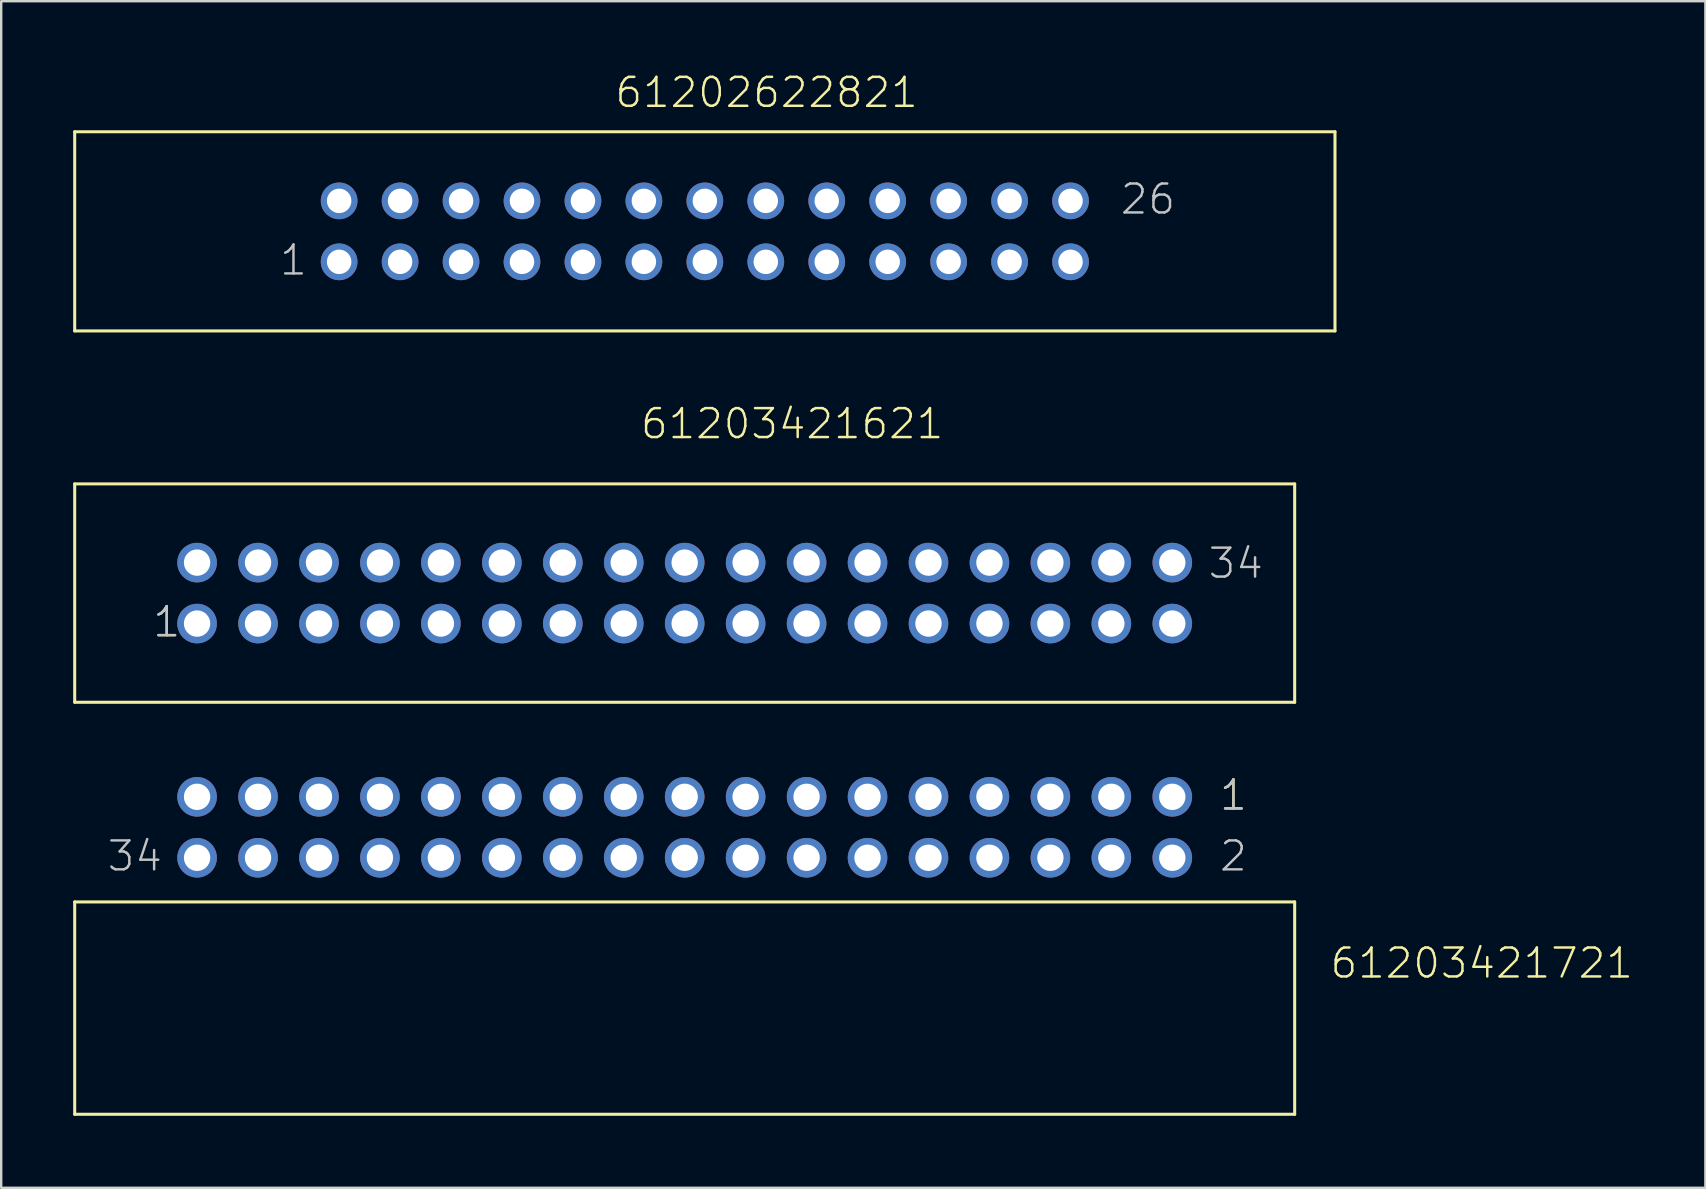
<source format=kicad_pcb>
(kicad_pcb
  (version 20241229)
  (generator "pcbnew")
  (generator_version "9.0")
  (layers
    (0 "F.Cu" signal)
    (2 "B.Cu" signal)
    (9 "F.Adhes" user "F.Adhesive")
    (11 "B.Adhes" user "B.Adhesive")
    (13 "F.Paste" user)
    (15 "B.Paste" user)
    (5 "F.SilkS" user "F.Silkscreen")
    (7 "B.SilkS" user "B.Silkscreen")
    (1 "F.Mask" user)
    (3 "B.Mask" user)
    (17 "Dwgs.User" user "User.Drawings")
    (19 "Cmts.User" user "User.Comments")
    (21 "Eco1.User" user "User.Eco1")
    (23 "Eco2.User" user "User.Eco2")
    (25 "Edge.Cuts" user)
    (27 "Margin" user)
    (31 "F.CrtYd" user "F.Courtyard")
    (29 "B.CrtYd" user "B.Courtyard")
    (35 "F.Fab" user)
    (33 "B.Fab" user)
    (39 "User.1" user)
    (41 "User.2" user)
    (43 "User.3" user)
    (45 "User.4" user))
  (footprint "61203421621"
    (layer "F.Cu")
    (at 25.483 21.666)
    (property "Reference" "61203421621" (at -1.905 -6.35 0) (layer "F.SilkS") (effects (font (size 1.206 1.206) (thickness 0.102)) (justify left bottom)))
    (attr through_hole)
    (fp_line (start -25.42 -4.55) (end 25.42 -4.55) (stroke (width 0.127) (type solid)) (layer "F.SilkS"))
    (fp_line (start -25.42 4.55) (end -25.42 -4.55) (stroke (width 0.127) (type solid)) (layer "F.SilkS"))
    (fp_line (start 25.42 -4.55) (end 25.42 4.55) (stroke (width 0.127) (type solid)) (layer "F.SilkS"))
    (fp_line (start 25.42 4.55) (end -25.42 4.55) (stroke (width 0.127) (type solid)) (layer "F.SilkS"))
    (fp_text user "1" (at -22.225 1.905 0) (layer "F.SilkS") (effects (font (size 1.206 1.206) (thickness 0.102)) (justify left bottom)))
    (fp_text user "34" (at 21.75 -0.535 0) (layer "Dwgs.User") (effects (font (size 1.206 1.206) (thickness 0.102)) (justify left bottom)))
    (fp_text user "1" (at -22.225 1.905 0) (layer "Dwgs.User") (effects (font (size 1.206 1.206) (thickness 0.102)) (justify left bottom)))
    (pad "1" thru_hole circle (at -20.32 1.27) (size 1.65 1.65) (drill 1.1) (layers "*.Cu" "*.Mask"))
    (pad "2" thru_hole circle (at -20.32 -1.27) (size 1.65 1.65) (drill 1.1) (layers "*.Cu" "*.Mask"))
    (pad "3" thru_hole circle (at -17.78 1.27) (size 1.65 1.65) (drill 1.1) (layers "*.Cu" "*.Mask"))
    (pad "4" thru_hole circle (at -17.78 -1.27) (size 1.65 1.65) (drill 1.1) (layers "*.Cu" "*.Mask"))
    (pad "5" thru_hole circle (at -15.24 1.27) (size 1.65 1.65) (drill 1.1) (layers "*.Cu" "*.Mask"))
    (pad "6" thru_hole circle (at -15.24 -1.27) (size 1.65 1.65) (drill 1.1) (layers "*.Cu" "*.Mask"))
    (pad "7" thru_hole circle (at -12.7 1.27) (size 1.65 1.65) (drill 1.1) (layers "*.Cu" "*.Mask"))
    (pad "8" thru_hole circle (at -12.7 -1.27) (size 1.65 1.65) (drill 1.1) (layers "*.Cu" "*.Mask"))
    (pad "9" thru_hole circle (at -10.16 1.27) (size 1.65 1.65) (drill 1.1) (layers "*.Cu" "*.Mask"))
    (pad "10" thru_hole circle (at -10.16 -1.27) (size 1.65 1.65) (drill 1.1) (layers "*.Cu" "*.Mask"))
    (pad "11" thru_hole circle (at -7.62 1.27) (size 1.65 1.65) (drill 1.1) (layers "*.Cu" "*.Mask"))
    (pad "12" thru_hole circle (at -7.62 -1.27) (size 1.65 1.65) (drill 1.1) (layers "*.Cu" "*.Mask"))
    (pad "13" thru_hole circle (at -5.08 1.27) (size 1.65 1.65) (drill 1.1) (layers "*.Cu" "*.Mask"))
    (pad "14" thru_hole circle (at -5.08 -1.27) (size 1.65 1.65) (drill 1.1) (layers "*.Cu" "*.Mask"))
    (pad "15" thru_hole circle (at -2.54 1.27) (size 1.65 1.65) (drill 1.1) (layers "*.Cu" "*.Mask"))
    (pad "16" thru_hole circle (at -2.54 -1.27) (size 1.65 1.65) (drill 1.1) (layers "*.Cu" "*.Mask"))
    (pad "17" thru_hole circle (at 0 1.27) (size 1.65 1.65) (drill 1.1) (layers "*.Cu" "*.Mask"))
    (pad "18" thru_hole circle (at 0 -1.27) (size 1.65 1.65) (drill 1.1) (layers "*.Cu" "*.Mask"))
    (pad "19" thru_hole circle (at 2.54 1.27) (size 1.65 1.65) (drill 1.1) (layers "*.Cu" "*.Mask"))
    (pad "20" thru_hole circle (at 2.54 -1.27) (size 1.65 1.65) (drill 1.1) (layers "*.Cu" "*.Mask"))
    (pad "21" thru_hole circle (at 5.08 1.27) (size 1.65 1.65) (drill 1.1) (layers "*.Cu" "*.Mask"))
    (pad "22" thru_hole circle (at 5.08 -1.27) (size 1.65 1.65) (drill 1.1) (layers "*.Cu" "*.Mask"))
    (pad "23" thru_hole circle (at 7.62 1.27) (size 1.65 1.65) (drill 1.1) (layers "*.Cu" "*.Mask"))
    (pad "24" thru_hole circle (at 7.62 -1.27) (size 1.65 1.65) (drill 1.1) (layers "*.Cu" "*.Mask"))
    (pad "25" thru_hole circle (at 10.16 1.27) (size 1.65 1.65) (drill 1.1) (layers "*.Cu" "*.Mask"))
    (pad "26" thru_hole circle (at 10.16 -1.27) (size 1.65 1.65) (drill 1.1) (layers "*.Cu" "*.Mask"))
    (pad "27" thru_hole circle (at 12.7 1.27) (size 1.65 1.65) (drill 1.1) (layers "*.Cu" "*.Mask"))
    (pad "28" thru_hole circle (at 12.7 -1.27) (size 1.65 1.65) (drill 1.1) (layers "*.Cu" "*.Mask"))
    (pad "29" thru_hole circle (at 15.24 1.27) (size 1.65 1.65) (drill 1.1) (layers "*.Cu" "*.Mask"))
    (pad "30" thru_hole circle (at 15.24 -1.27) (size 1.65 1.65) (drill 1.1) (layers "*.Cu" "*.Mask"))
    (pad "31" thru_hole circle (at 17.78 1.27) (size 1.65 1.65) (drill 1.1) (layers "*.Cu" "*.Mask"))
    (pad "32" thru_hole circle (at 17.78 -1.27) (size 1.65 1.65) (drill 1.1) (layers "*.Cu" "*.Mask"))
    (pad "33" thru_hole circle (at 20.32 1.27) (size 1.65 1.65) (drill 1.1) (layers "*.Cu" "*.Mask"))
    (pad "34" thru_hole circle (at 20.32 -1.27) (size 1.65 1.65) (drill 1.1) (layers "*.Cu" "*.Mask")))
  (footprint "61202622821"
    (layer "F.Cu")
    (at 26.323 6.591)
    (property "Reference" "61202622821" (at -3.81 -5.08 0) (layer "F.SilkS") (effects (font (size 1.206 1.206) (thickness 0.102)) (justify left bottom)))
    (attr through_hole)
    (fp_line (start -26.26 -4.15) (end 26.26 -4.15) (stroke (width 0.127) (type solid)) (layer "F.SilkS"))
    (fp_line (start -26.26 4.15) (end -26.26 -4.15) (stroke (width 0.127) (type solid)) (layer "F.SilkS"))
    (fp_line (start 26.26 -4.15) (end 26.26 4.15) (stroke (width 0.127) (type solid)) (layer "F.SilkS"))
    (fp_line (start 26.26 4.15) (end -26.26 4.15) (stroke (width 0.127) (type solid)) (layer "F.SilkS"))
    (fp_text user "1" (at -17.785 1.905 0) (layer "Dwgs.User") (effects (font (size 1.206 1.206) (thickness 0.102)) (justify left bottom)))
    (fp_text user "26" (at 17.25 -0.635 0) (layer "Dwgs.User") (effects (font (size 1.206 1.206) (thickness 0.102)) (justify left bottom)))
    (pad "1" thru_hole circle (at -15.24 1.27 180) (size 1.53 1.53) (drill 1.02) (layers "*.Cu" "*.Mask"))
    (pad "2" thru_hole circle (at -15.24 -1.27 180) (size 1.53 1.53) (drill 1.02) (layers "*.Cu" "*.Mask"))
    (pad "3" thru_hole circle (at -12.7 1.27 180) (size 1.53 1.53) (drill 1.02) (layers "*.Cu" "*.Mask"))
    (pad "4" thru_hole circle (at -12.7 -1.27 180) (size 1.53 1.53) (drill 1.02) (layers "*.Cu" "*.Mask"))
    (pad "5" thru_hole circle (at -10.16 1.27 180) (size 1.53 1.53) (drill 1.02) (layers "*.Cu" "*.Mask"))
    (pad "6" thru_hole circle (at -10.16 -1.27 180) (size 1.53 1.53) (drill 1.02) (layers "*.Cu" "*.Mask"))
    (pad "7" thru_hole circle (at -7.62 1.27 180) (size 1.53 1.53) (drill 1.02) (layers "*.Cu" "*.Mask"))
    (pad "8" thru_hole circle (at -7.62 -1.27 180) (size 1.53 1.53) (drill 1.02) (layers "*.Cu" "*.Mask"))
    (pad "9" thru_hole circle (at -5.08 1.27 180) (size 1.53 1.53) (drill 1.02) (layers "*.Cu" "*.Mask"))
    (pad "10" thru_hole circle (at -5.08 -1.27 180) (size 1.53 1.53) (drill 1.02) (layers "*.Cu" "*.Mask"))
    (pad "11" thru_hole circle (at -2.54 1.27 180) (size 1.53 1.53) (drill 1.02) (layers "*.Cu" "*.Mask"))
    (pad "12" thru_hole circle (at -2.54 -1.27 180) (size 1.53 1.53) (drill 1.02) (layers "*.Cu" "*.Mask"))
    (pad "13" thru_hole circle (at 0 1.27 180) (size 1.53 1.53) (drill 1.02) (layers "*.Cu" "*.Mask"))
    (pad "14" thru_hole circle (at 0 -1.27 180) (size 1.53 1.53) (drill 1.02) (layers "*.Cu" "*.Mask"))
    (pad "15" thru_hole circle (at 2.54 1.27 180) (size 1.53 1.53) (drill 1.02) (layers "*.Cu" "*.Mask"))
    (pad "16" thru_hole circle (at 2.54 -1.27 180) (size 1.53 1.53) (drill 1.02) (layers "*.Cu" "*.Mask"))
    (pad "17" thru_hole circle (at 5.08 1.27 180) (size 1.53 1.53) (drill 1.02) (layers "*.Cu" "*.Mask"))
    (pad "18" thru_hole circle (at 5.08 -1.27 180) (size 1.53 1.53) (drill 1.02) (layers "*.Cu" "*.Mask"))
    (pad "19" thru_hole circle (at 7.62 1.27 180) (size 1.53 1.53) (drill 1.02) (layers "*.Cu" "*.Mask"))
    (pad "20" thru_hole circle (at 7.62 -1.27 180) (size 1.53 1.53) (drill 1.02) (layers "*.Cu" "*.Mask"))
    (pad "21" thru_hole circle (at 10.16 1.27 180) (size 1.53 1.53) (drill 1.02) (layers "*.Cu" "*.Mask"))
    (pad "22" thru_hole circle (at 10.16 -1.27 180) (size 1.53 1.53) (drill 1.02) (layers "*.Cu" "*.Mask"))
    (pad "23" thru_hole circle (at 12.7 1.27 180) (size 1.53 1.53) (drill 1.02) (layers "*.Cu" "*.Mask"))
    (pad "24" thru_hole circle (at 12.7 -1.27 180) (size 1.53 1.53) (drill 1.02) (layers "*.Cu" "*.Mask"))
    (pad "25" thru_hole circle (at 15.24 1.27 180) (size 1.53 1.53) (drill 1.02) (layers "*.Cu" "*.Mask"))
    (pad "26" thru_hole circle (at 15.24 -1.27 180) (size 1.53 1.53) (drill 1.02) (layers "*.Cu" "*.Mask")))
  (footprint "61203421721"
    (layer "F.Cu")
    (at 25.483 31.426)
    (property "Reference" "61203421721" (at 26.832 6.368 0) (layer "F.SilkS") (effects (font (size 1.206 1.206) (thickness 0.102)) (justify left bottom)))
    (attr through_hole)
    (fp_line (start -25.42 3.11) (end 25.42 3.11) (stroke (width 0.127) (type solid)) (layer "F.SilkS"))
    (fp_line (start -25.42 11.96) (end -25.42 3.11) (stroke (width 0.127) (type solid)) (layer "F.SilkS"))
    (fp_line (start 25.42 3.11) (end 25.42 11.96) (stroke (width 0.127) (type solid)) (layer "F.SilkS"))
    (fp_line (start 25.42 11.96) (end -25.42 11.96) (stroke (width 0.127) (type solid)) (layer "F.SilkS"))
    (fp_text user "1" (at 22.225 -0.635 0) (layer "F.SilkS") (effects (font (size 1.206 1.206) (thickness 0.102)) (justify left bottom)))
    (fp_text user "2" (at 22.225 1.905 0) (layer "Dwgs.User") (effects (font (size 1.206 1.206) (thickness 0.102)) (justify left bottom)))
    (fp_text user "34" (at -24.13 1.905 0) (layer "Dwgs.User") (effects (font (size 1.206 1.206) (thickness 0.102)) (justify left bottom)))
    (fp_text user "1" (at 22.225 -0.635 0) (layer "Dwgs.User") (effects (font (size 1.206 1.206) (thickness 0.102)) (justify left bottom)))
    (pad "1" thru_hole circle (at 20.32 -1.27) (size 1.65 1.65) (drill 1.1) (layers "*.Cu" "*.Mask"))
    (pad "2" thru_hole circle (at 20.32 1.27) (size 1.65 1.65) (drill 1.1) (layers "*.Cu" "*.Mask"))
    (pad "3" thru_hole circle (at 17.78 -1.27) (size 1.65 1.65) (drill 1.1) (layers "*.Cu" "*.Mask"))
    (pad "4" thru_hole circle (at 17.78 1.27) (size 1.65 1.65) (drill 1.1) (layers "*.Cu" "*.Mask"))
    (pad "5" thru_hole circle (at 15.24 -1.27) (size 1.65 1.65) (drill 1.1) (layers "*.Cu" "*.Mask"))
    (pad "6" thru_hole circle (at 15.24 1.27) (size 1.65 1.65) (drill 1.1) (layers "*.Cu" "*.Mask"))
    (pad "7" thru_hole circle (at 12.7 -1.27) (size 1.65 1.65) (drill 1.1) (layers "*.Cu" "*.Mask"))
    (pad "8" thru_hole circle (at 12.7 1.27) (size 1.65 1.65) (drill 1.1) (layers "*.Cu" "*.Mask"))
    (pad "9" thru_hole circle (at 10.16 -1.27) (size 1.65 1.65) (drill 1.1) (layers "*.Cu" "*.Mask"))
    (pad "10" thru_hole circle (at 10.16 1.27) (size 1.65 1.65) (drill 1.1) (layers "*.Cu" "*.Mask"))
    (pad "11" thru_hole circle (at 7.62 -1.27) (size 1.65 1.65) (drill 1.1) (layers "*.Cu" "*.Mask"))
    (pad "12" thru_hole circle (at 7.62 1.27) (size 1.65 1.65) (drill 1.1) (layers "*.Cu" "*.Mask"))
    (pad "13" thru_hole circle (at 5.08 -1.27) (size 1.65 1.65) (drill 1.1) (layers "*.Cu" "*.Mask"))
    (pad "14" thru_hole circle (at 5.08 1.27) (size 1.65 1.65) (drill 1.1) (layers "*.Cu" "*.Mask"))
    (pad "15" thru_hole circle (at 2.54 -1.27) (size 1.65 1.65) (drill 1.1) (layers "*.Cu" "*.Mask"))
    (pad "16" thru_hole circle (at 2.54 1.27) (size 1.65 1.65) (drill 1.1) (layers "*.Cu" "*.Mask"))
    (pad "17" thru_hole circle (at 0 -1.27) (size 1.65 1.65) (drill 1.1) (layers "*.Cu" "*.Mask"))
    (pad "18" thru_hole circle (at 0 1.27) (size 1.65 1.65) (drill 1.1) (layers "*.Cu" "*.Mask"))
    (pad "19" thru_hole circle (at -2.54 -1.27) (size 1.65 1.65) (drill 1.1) (layers "*.Cu" "*.Mask"))
    (pad "20" thru_hole circle (at -2.54 1.27) (size 1.65 1.65) (drill 1.1) (layers "*.Cu" "*.Mask"))
    (pad "21" thru_hole circle (at -5.08 -1.27) (size 1.65 1.65) (drill 1.1) (layers "*.Cu" "*.Mask"))
    (pad "22" thru_hole circle (at -5.08 1.27) (size 1.65 1.65) (drill 1.1) (layers "*.Cu" "*.Mask"))
    (pad "23" thru_hole circle (at -7.62 -1.27) (size 1.65 1.65) (drill 1.1) (layers "*.Cu" "*.Mask"))
    (pad "24" thru_hole circle (at -7.62 1.27) (size 1.65 1.65) (drill 1.1) (layers "*.Cu" "*.Mask"))
    (pad "25" thru_hole circle (at -10.16 -1.27) (size 1.65 1.65) (drill 1.1) (layers "*.Cu" "*.Mask"))
    (pad "26" thru_hole circle (at -10.16 1.27) (size 1.65 1.65) (drill 1.1) (layers "*.Cu" "*.Mask"))
    (pad "27" thru_hole circle (at -12.7 -1.27) (size 1.65 1.65) (drill 1.1) (layers "*.Cu" "*.Mask"))
    (pad "28" thru_hole circle (at -12.7 1.27) (size 1.65 1.65) (drill 1.1) (layers "*.Cu" "*.Mask"))
    (pad "29" thru_hole circle (at -15.24 -1.27) (size 1.65 1.65) (drill 1.1) (layers "*.Cu" "*.Mask"))
    (pad "30" thru_hole circle (at -15.24 1.27) (size 1.65 1.65) (drill 1.1) (layers "*.Cu" "*.Mask"))
    (pad "31" thru_hole circle (at -17.78 -1.27) (size 1.65 1.65) (drill 1.1) (layers "*.Cu" "*.Mask"))
    (pad "32" thru_hole circle (at -17.78 1.27) (size 1.65 1.65) (drill 1.1) (layers "*.Cu" "*.Mask"))
    (pad "33" thru_hole circle (at -20.32 -1.27) (size 1.65 1.65) (drill 1.1) (layers "*.Cu" "*.Mask"))
    (pad "34" thru_hole circle (at -20.32 1.27) (size 1.65 1.65) (drill 1.1) (layers "*.Cu" "*.Mask")))
  (gr_rect
    (start -3 -3)
    (end 68.019 46.449)
    (stroke (width 0.1) (type default))
    (fill no)
    (layer "Edge.Cuts")))
</source>
